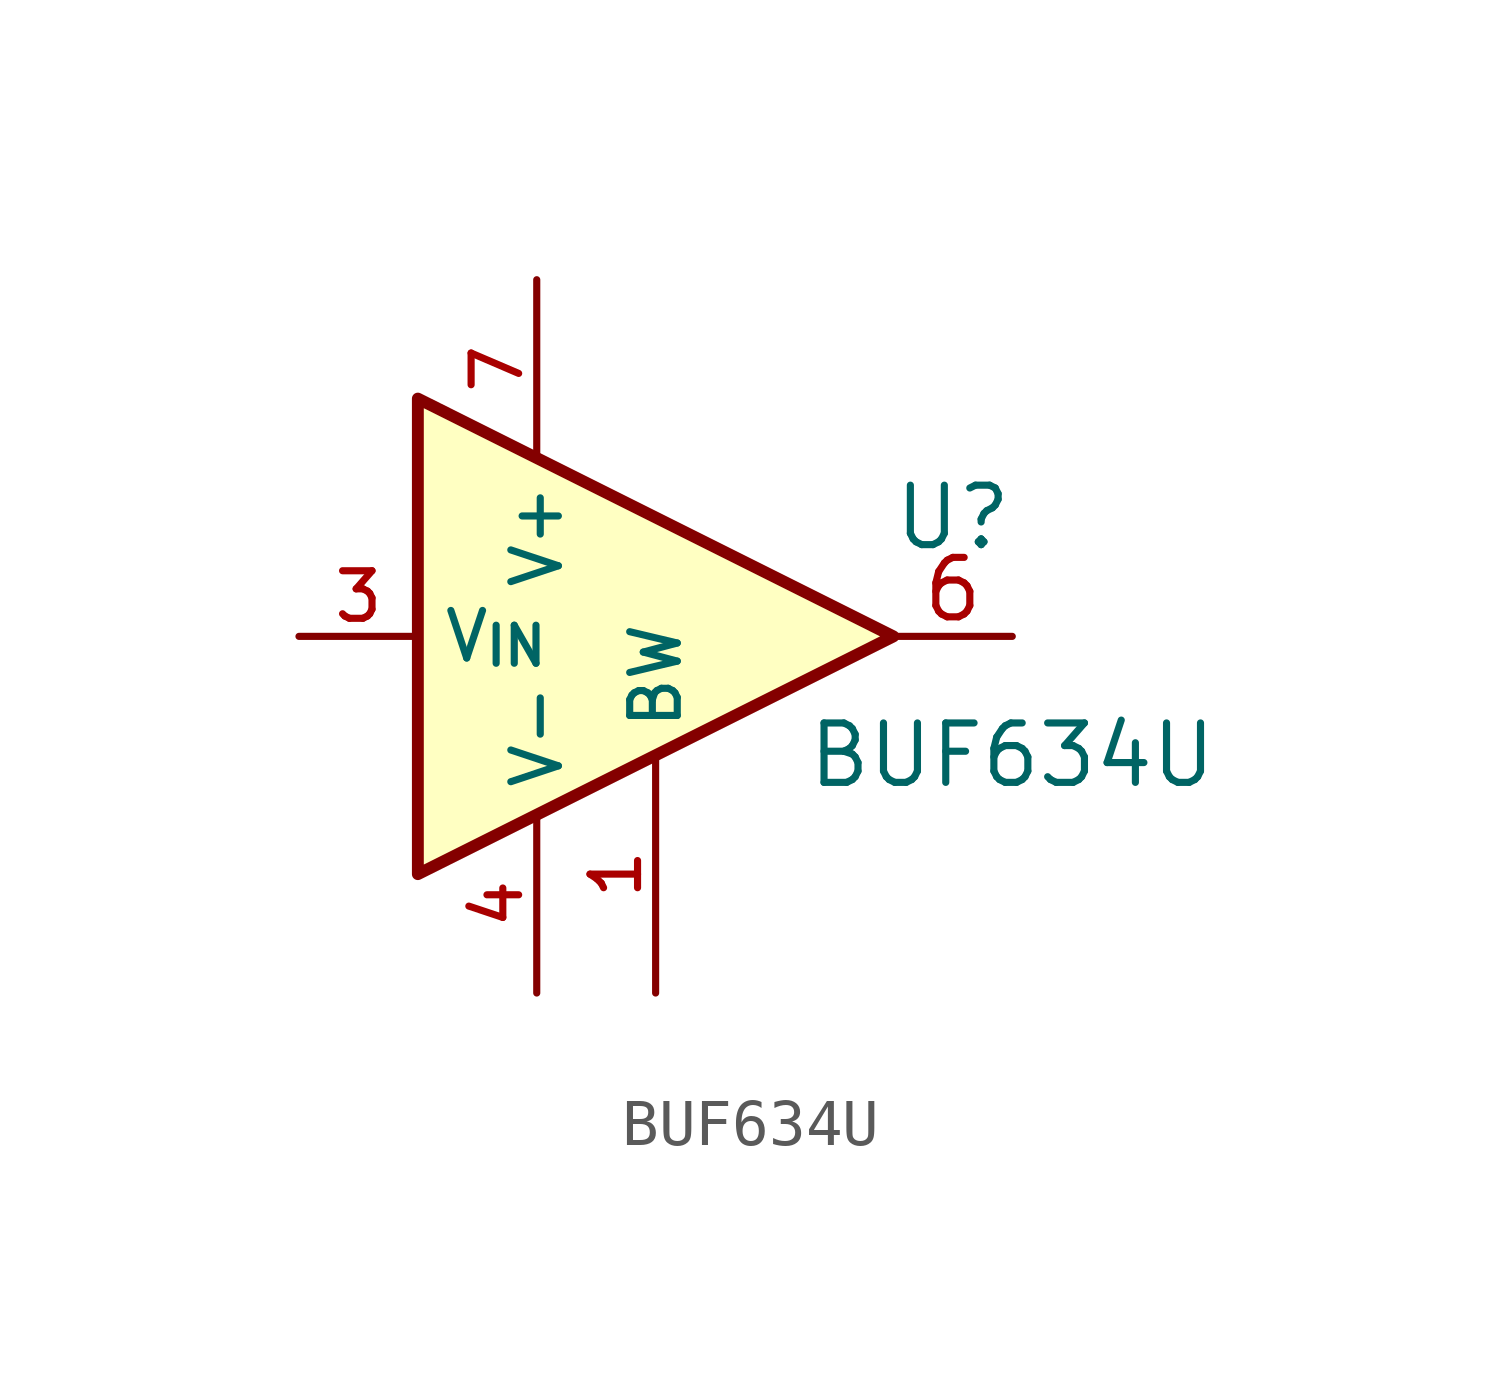
<source format=kicad_sym>
(kicad_symbol_lib
  (version 20231120)
  (generator "kicad_symbol_editor")
  (generator_version "8.0")
  (symbol "BUF634U"
    (property "Reference" "U"
      (at 6.35 2.54 0)
      (effects (font (size 1.27 1.27))))
    (property "Value" "BUF634U"
      (at 7.62 -2.54 0)
      (effects (font (size 1.27 1.27))))
    (symbol "BUF634U_0_1"
      (polyline (pts (xy 5.08 0) (xy -5.08 5.08) (xy -5.08 -5.08) (xy 5.08 0)) (stroke (width 0.254) (type default)) (fill (type background))))
    (symbol "BUF634U_1_1"
      (pin input line (at 0 -7.62 90) (length 5.08) (name "BW" (effects (font (size 1.016 1.016)))) (number "1" (effects (font (size 1.016 1.016)))))
      (pin no_connect line (at -5.08 5.08 0) (length 2.54) hide (name "NC" (effects (font (size 1.27 1.27)))) (number "2" (effects (font (size 1.27 1.27)))))
      (pin input line (at -7.62 0 0) (length 2.54) (name "V_{IN}" (effects (font (size 1.016 1.016)))) (number "3" (effects (font (size 1.016 1.016)))))
      (pin power_in line (at -2.54 -7.62 90) (length 3.81) (name "V-" (effects (font (size 1.016 1.016)))) (number "4" (effects (font (size 1.016 1.016)))))
      (pin no_connect line (at -5.08 2.54 0) (length 2.54) hide (name "NC" (effects (font (size 1.27 1.27)))) (number "5" (effects (font (size 1.27 1.27)))))
      (pin output line (at 7.62 0 180) (length 2.54) (name "~" (effects (font (size 1.27 1.27)))) (number "6" (effects (font (size 1.27 1.27)))))
      (pin power_in line (at -2.54 7.62 270) (length 3.81) (name "V+" (effects (font (size 1.016 1.016)))) (number "7" (effects (font (size 1.016 1.016)))))
      (pin no_connect line (at -5.08 -2.54 0) (length 2.54) hide (name "NC" (effects (font (size 1.27 1.27)))) (number "8" (effects (font (size 1.27 1.27))))))))
</source>
